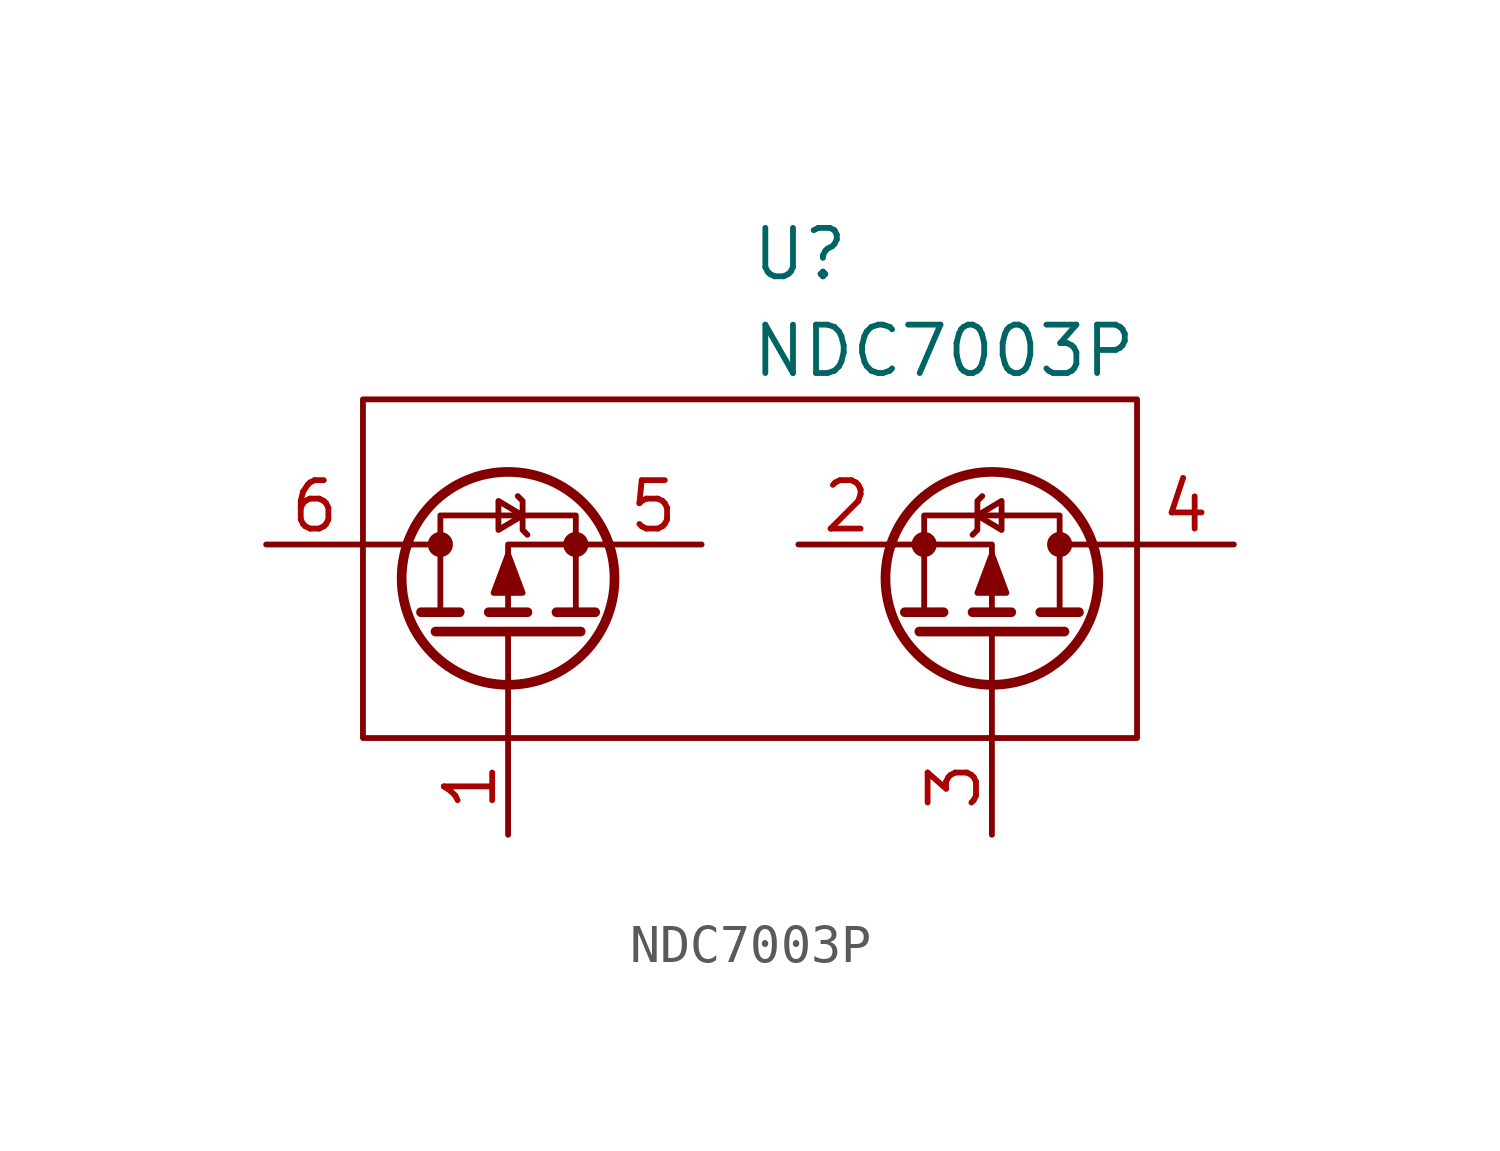
<source format=kicad_sym>
(kicad_symbol_lib
  (version 20220914)
  (generator kicad_symbol_editor)
  (symbol "NDC7003P"
    (pin_names
      (offset 0) hide)
    (property "Reference" "U"
      (at 0 8.89 0)
      (effects (font (size 1.27 1.27)) (justify left)))
    (property "Value" "NDC7003P"
      (at 0 6.35 0)
      (effects (font (size 1.27 1.27)) (justify left)))
    (symbol "NDC7003P_0_1"
      (rectangle (start -10.16 5.08) (end 10.16 -3.81) (stroke (width 0) (type default)) (fill (type none)))
      (circle (center -8.128 1.27) (radius 0.254) (stroke (width 0) (type default)) (fill (type outline)))
      (circle (center -6.35 0.381) (radius 2.794) (stroke (width 0.254) (type default)) (fill (type none)))
      (circle (center -4.572 1.27) (radius 0.254) (stroke (width 0) (type default)) (fill (type outline)))
      (polyline (pts (xy -10.16 1.27) (xy -8.89 1.27)) (stroke (width 0) (type default)) (fill (type none)))
      (polyline (pts (xy -8.89 1.27) (xy -8.128 1.27)) (stroke (width 0) (type default)) (fill (type none)))
      (polyline (pts (xy -8.636 -0.508) (xy -7.62 -0.508)) (stroke (width 0.254) (type default)) (fill (type none)))
      (polyline (pts (xy -8.255 -1.016) (xy -4.445 -1.016)) (stroke (width 0.254) (type default)) (fill (type none)))
      (polyline (pts (xy -6.858 -0.508) (xy -5.842 -0.508)) (stroke (width 0.254) (type default)) (fill (type none)))
      (polyline (pts (xy -6.35 -1.016) (xy -6.35 -3.81)) (stroke (width 0) (type default)) (fill (type none)))
      (polyline (pts (xy -5.08 -0.508) (xy -4.064 -0.508)) (stroke (width 0.254) (type default)) (fill (type none)))
      (polyline (pts (xy 5.08 -0.508) (xy 4.064 -0.508)) (stroke (width 0.254) (type default)) (fill (type none)))
      (polyline (pts (xy 6.35 -1.016) (xy 6.35 -3.81)) (stroke (width 0) (type default)) (fill (type none)))
      (polyline (pts (xy 6.858 -0.508) (xy 5.842 -0.508)) (stroke (width 0.254) (type default)) (fill (type none)))
      (polyline (pts (xy 8.255 -1.016) (xy 4.445 -1.016)) (stroke (width 0.254) (type default)) (fill (type none)))
      (polyline (pts (xy 8.636 -0.508) (xy 7.62 -0.508)) (stroke (width 0.254) (type default)) (fill (type none)))
      (polyline (pts (xy 8.89 1.27) (xy 8.128 1.27)) (stroke (width 0) (type default)) (fill (type none)))
      (polyline (pts (xy 10.16 1.27) (xy 8.89 1.27)) (stroke (width 0) (type default)) (fill (type none)))
      (polyline (pts (xy -3.81 1.27) (xy -6.35 1.27) (xy -6.35 -0.508)) (stroke (width 0) (type default)) (fill (type none)))
      (polyline (pts (xy 3.81 1.27) (xy 6.35 1.27) (xy 6.35 -0.508)) (stroke (width 0) (type default)) (fill (type none)))
      (polyline (pts (xy -8.128 -0.508) (xy -8.128 2.032) (xy -4.572 2.032) (xy -4.572 -0.508)) (stroke (width 0) (type default)) (fill (type none)))
      (polyline (pts (xy -6.35 1.016) (xy -6.731 0) (xy -5.969 0) (xy -6.35 1.016)) (stroke (width 0) (type default)) (fill (type outline)))
      (polyline (pts (xy -5.969 2.032) (xy -6.604 1.651) (xy -6.604 2.413) (xy -5.969 2.032)) (stroke (width 0) (type default)) (fill (type none)))
      (polyline (pts (xy -5.842 1.524) (xy -5.969 1.651) (xy -5.969 2.413) (xy -6.096 2.54)) (stroke (width 0) (type default)) (fill (type none)))
      (polyline (pts (xy 5.842 1.524) (xy 5.969 1.651) (xy 5.969 2.413) (xy 6.096 2.54)) (stroke (width 0) (type default)) (fill (type none)))
      (polyline (pts (xy 5.969 2.032) (xy 6.604 1.651) (xy 6.604 2.413) (xy 5.969 2.032)) (stroke (width 0) (type default)) (fill (type none)))
      (polyline (pts (xy 6.35 1.016) (xy 6.731 0) (xy 5.969 0) (xy 6.35 1.016)) (stroke (width 0) (type default)) (fill (type outline)))
      (polyline (pts (xy 8.128 -0.508) (xy 8.128 2.032) (xy 4.572 2.032) (xy 4.572 -0.508)) (stroke (width 0) (type default)) (fill (type none)))
      (circle (center 4.572 1.27) (radius 0.254) (stroke (width 0) (type default)) (fill (type outline)))
      (circle (center 6.35 0.381) (radius 2.794) (stroke (width 0.254) (type default)) (fill (type none)))
      (circle (center 8.128 1.27) (radius 0.254) (stroke (width 0) (type default)) (fill (type outline))))
    (symbol "NDC7003P_1_1"
      (pin input line (at -6.35 -6.35 90) (length 2.54) (name "G1" (effects (font (size 1.27 1.27)))) (number "1" (effects (font (size 1.27 1.27)))))
      (pin passive line (at 1.27 1.27 0) (length 2.54) (name "S2" (effects (font (size 1.27 1.27)))) (number "2" (effects (font (size 1.27 1.27)))))
      (pin input line (at 6.35 -6.35 90) (length 2.54) (name "G2" (effects (font (size 1.27 1.27)))) (number "3" (effects (font (size 1.27 1.27)))))
      (pin passive line (at 12.7 1.27 180) (length 2.54) (name "D2" (effects (font (size 1.27 1.27)))) (number "4" (effects (font (size 1.27 1.27)))))
      (pin passive line (at -1.27 1.27 180) (length 2.54) (name "S1" (effects (font (size 1.27 1.27)))) (number "5" (effects (font (size 1.27 1.27)))))
      (pin passive line (at -12.7 1.27 0) (length 2.54) (name "D1" (effects (font (size 1.27 1.27)))) (number "6" (effects (font (size 1.27 1.27))))))))
</source>
